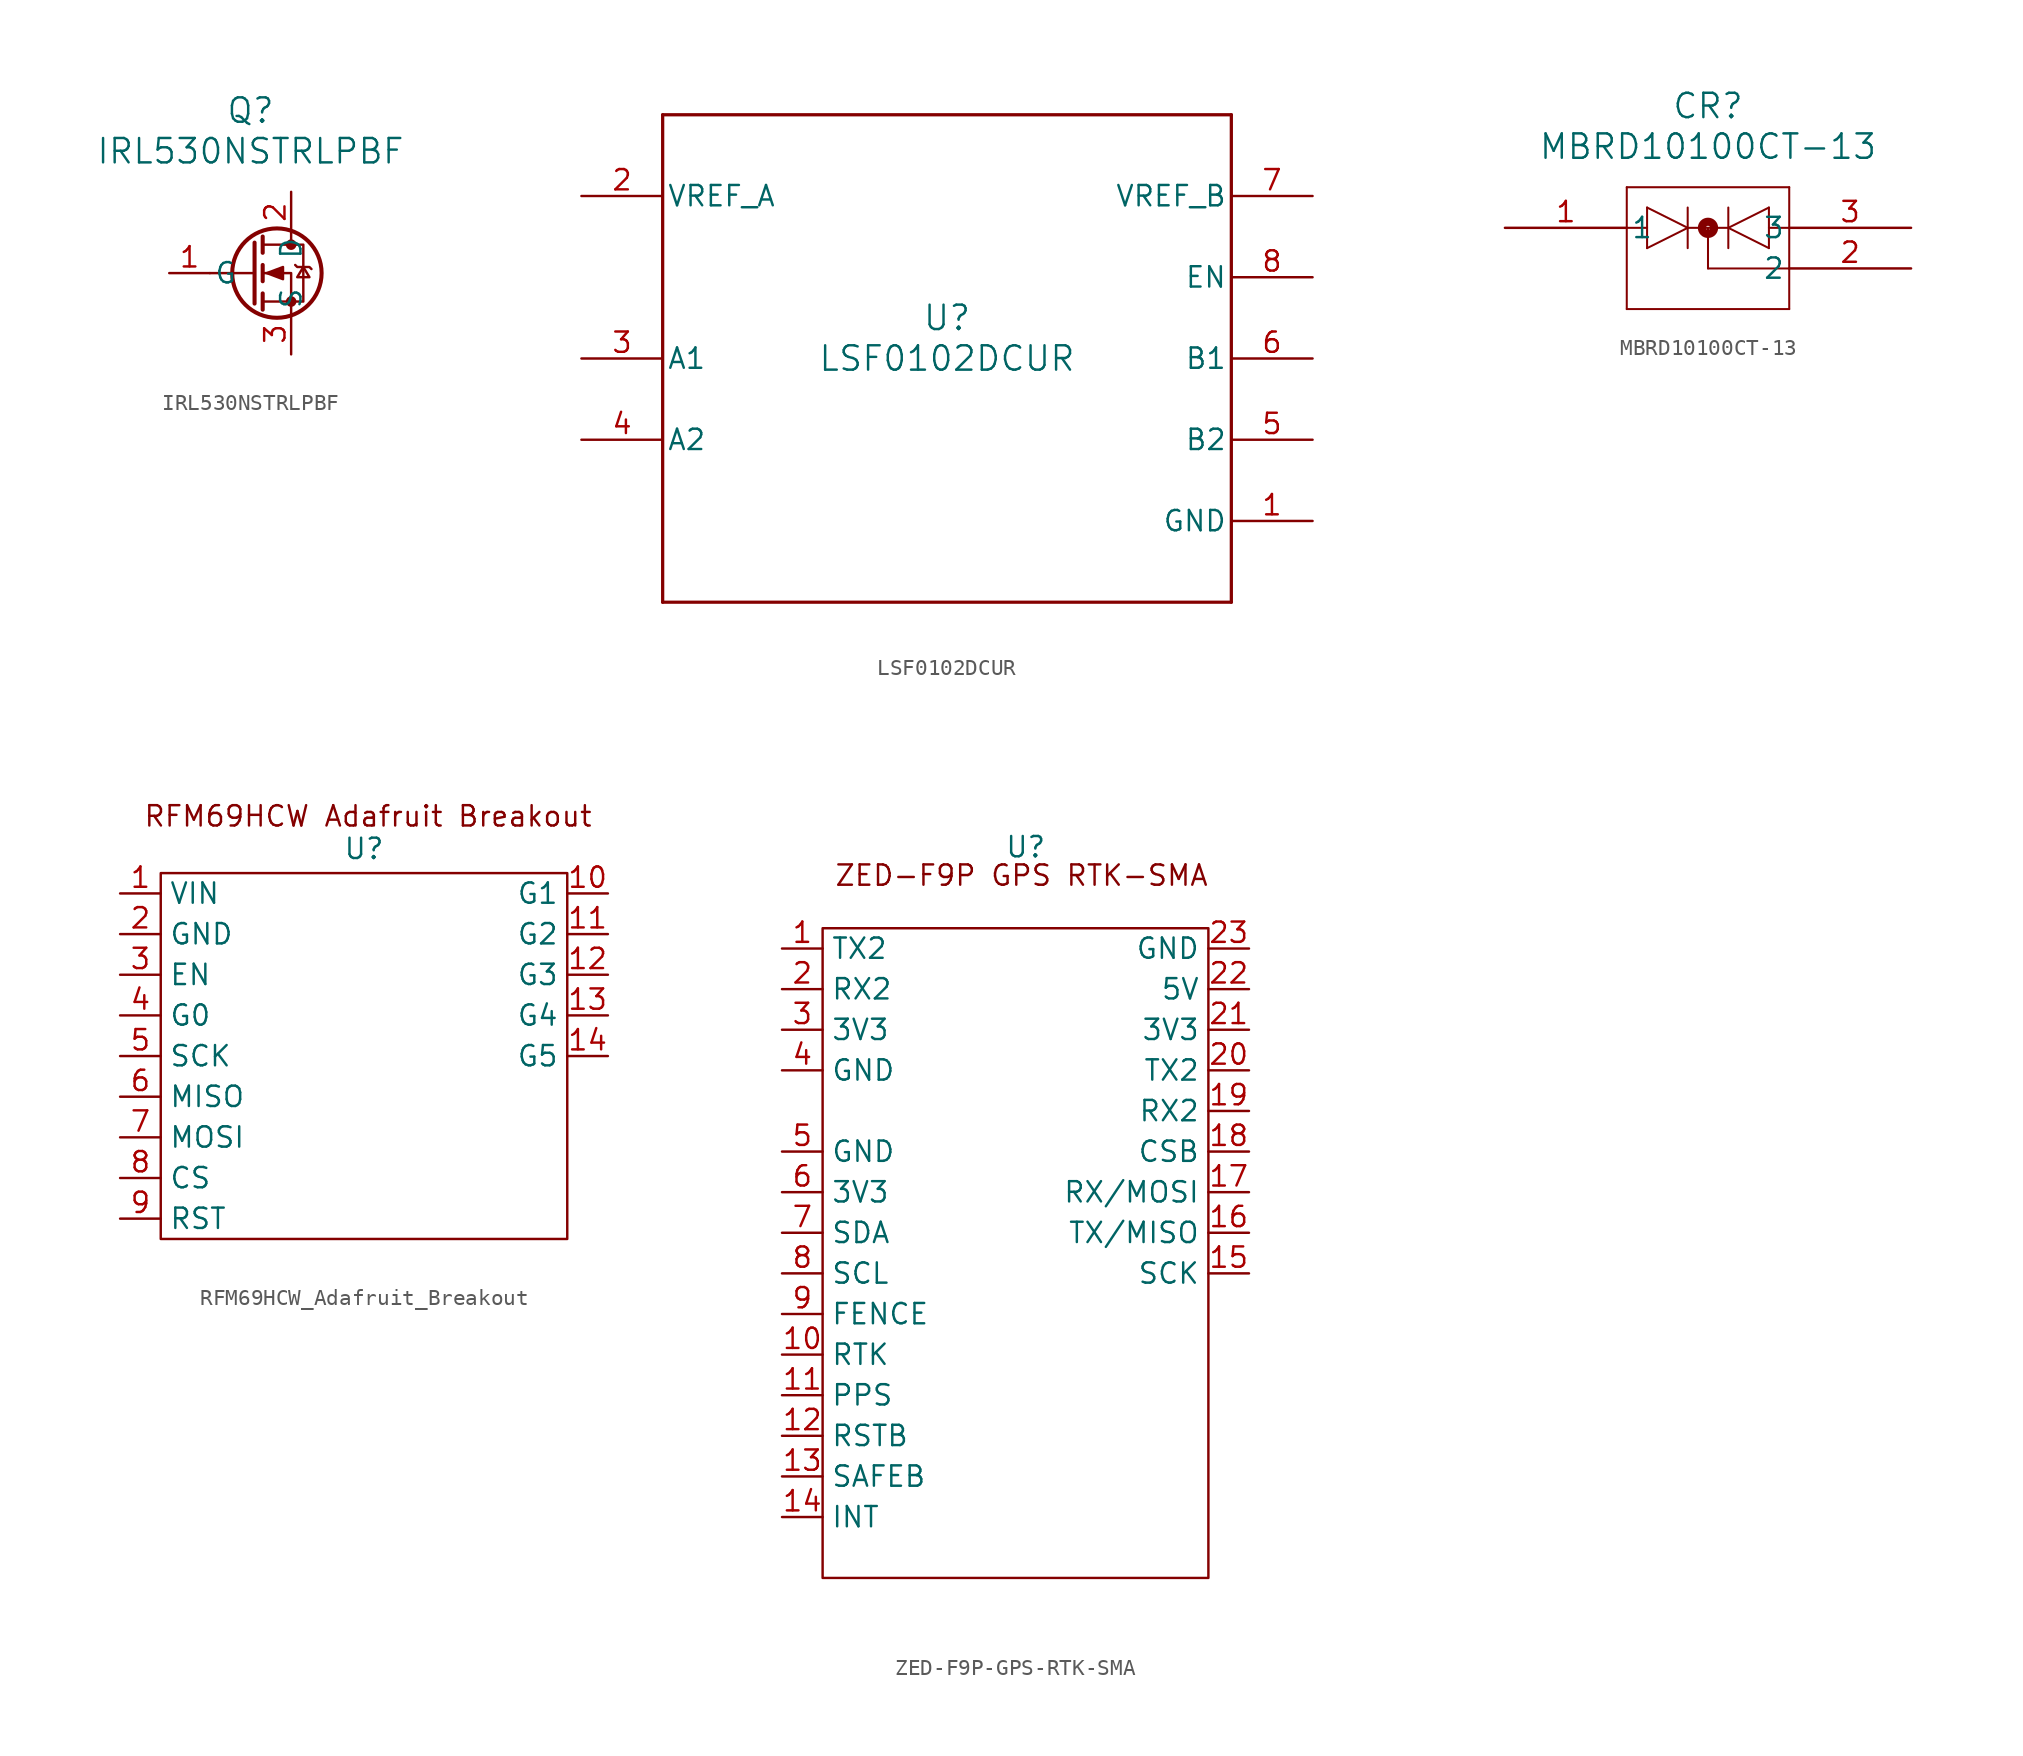
<source format=kicad_sym>
(kicad_symbol_lib
  (version 20231120)
  (generator "kicad_symbol_editor")
  (generator_version "8.0")
  (symbol "IRL530NSTRLPBF"
    (pin_names
      (offset 0.254))
    (property "Reference" "Q"
      (at 20.32 10.16 0)
      (effects (font (size 1.524 1.524))))
    (property "Value" "IRL530NSTRLPBF"
      (at 20.32 7.62 0)
      (effects (font (size 1.524 1.524))))
    (property "ki_locked" ""
      (at 0 0 0)
      (effects (font (size 1.27 1.27))))
    (symbol "IRL530NSTRLPBF_0_1"
      (polyline (pts (xy 20.574 0) (xy 17.78 0)) (stroke (width 0) (type default)) (fill (type none)))
      (polyline (pts (xy 20.574 1.905) (xy 20.574 -1.905)) (stroke (width 0.254) (type default)) (fill (type none)))
      (polyline (pts (xy 21.082 -1.27) (xy 21.082 -2.286)) (stroke (width 0.254) (type default)) (fill (type none)))
      (polyline (pts (xy 21.082 0.508) (xy 21.082 -0.508)) (stroke (width 0.254) (type default)) (fill (type none)))
      (polyline (pts (xy 21.082 2.286) (xy 21.082 1.27)) (stroke (width 0.254) (type default)) (fill (type none)))
      (polyline (pts (xy 22.86 2.54) (xy 22.86 1.778)) (stroke (width 0) (type default)) (fill (type none)))
      (polyline (pts (xy 22.86 -2.54) (xy 22.86 0) (xy 21.082 0)) (stroke (width 0) (type default)) (fill (type none)))
      (polyline (pts (xy 21.082 -1.778) (xy 23.622 -1.778) (xy 23.622 1.778) (xy 21.082 1.778)) (stroke (width 0) (type default)) (fill (type none)))
      (polyline (pts (xy 21.336 0) (xy 22.352 0.381) (xy 22.352 -0.381) (xy 21.336 0)) (stroke (width 0) (type default)) (fill (type outline)))
      (polyline (pts (xy 23.114 0.508) (xy 23.241 0.381) (xy 24.003 0.381) (xy 24.13 0.254)) (stroke (width 0) (type default)) (fill (type none)))
      (polyline (pts (xy 23.622 0.381) (xy 23.241 -0.254) (xy 24.003 -0.254) (xy 23.622 0.381)) (stroke (width 0) (type default)) (fill (type none)))
      (circle (center 21.971 0) (radius 2.794) (stroke (width 0.254) (type default)) (fill (type none)))
      (circle (center 22.86 -1.778) (radius 0.254) (stroke (width 0) (type default)) (fill (type outline)))
      (circle (center 22.86 1.778) (radius 0.254) (stroke (width 0) (type default)) (fill (type outline))))
    (symbol "IRL530NSTRLPBF_1_1"
      (pin input line (at 15.24 0 0) (length 2.54) (name "G" (effects (font (size 1.27 1.27)))) (number "1" (effects (font (size 1.27 1.27)))))
      (pin passive line (at 22.86 5.08 270) (length 2.54) (name "D" (effects (font (size 1.27 1.27)))) (number "2" (effects (font (size 1.27 1.27)))))
      (pin passive line (at 22.86 -5.08 90) (length 2.54) (name "S" (effects (font (size 1.27 1.27)))) (number "3" (effects (font (size 1.27 1.27)))))))
  (symbol "LSF0102DCUR"
    (pin_names
      (offset 0.254))
    (property "Reference" "U"
      (at 0 2.54 0)
      (effects (font (size 1.524 1.524))))
    (property "Value" "LSF0102DCUR"
      (at 0 0 0)
      (effects (font (size 1.524 1.524))))
    (property "ki_locked" ""
      (at 0 0 0)
      (effects (font (size 1.27 1.27))))
    (symbol "LSF0102DCUR_0_1"
      (polyline (pts (xy -17.78 -15.24) (xy 17.78 -15.24)) (stroke (width 0.203) (type default)) (fill (type none)))
      (polyline (pts (xy -17.78 15.24) (xy -17.78 -15.24)) (stroke (width 0.203) (type default)) (fill (type none)))
      (polyline (pts (xy 17.78 -15.24) (xy 17.78 15.24)) (stroke (width 0.203) (type default)) (fill (type none)))
      (polyline (pts (xy 17.78 15.24) (xy -17.78 15.24)) (stroke (width 0.203) (type default)) (fill (type none)))
      (pin power_in line (at 22.86 -10.16 180) (length 5.08) (name "GND" (effects (font (size 1.27 1.27)))) (number "1" (effects (font (size 1.27 1.27)))))
      (pin power_in line (at -22.86 10.16 0) (length 5.08) (name "VREF_A" (effects (font (size 1.27 1.27)))) (number "2" (effects (font (size 1.27 1.27)))))
      (pin bidirectional line (at -22.86 0 0) (length 5.08) (name "A1" (effects (font (size 1.27 1.27)))) (number "3" (effects (font (size 1.27 1.27)))))
      (pin bidirectional line (at -22.86 -5.08 0) (length 5.08) (name "A2" (effects (font (size 1.27 1.27)))) (number "4" (effects (font (size 1.27 1.27)))))
      (pin bidirectional line (at 22.86 -5.08 180) (length 5.08) (name "B2" (effects (font (size 1.27 1.27)))) (number "5" (effects (font (size 1.27 1.27)))))
      (pin bidirectional line (at 22.86 0 180) (length 5.08) (name "B1" (effects (font (size 1.27 1.27)))) (number "6" (effects (font (size 1.27 1.27)))))
      (pin power_in line (at 22.86 10.16 180) (length 5.08) (name "VREF_B" (effects (font (size 1.27 1.27)))) (number "7" (effects (font (size 1.27 1.27)))))
      (pin input line (at 22.86 5.08 180) (length 5.08) (name "EN" (effects (font (size 1.27 1.27)))) (number "8" (effects (font (size 1.27 1.27)))))))
  (symbol "MBRD10100CT-13"
    (pin_names
      (offset 0.254))
    (property "Reference" "CR"
      (at 12.7 7.62 0)
      (effects (font (size 1.524 1.524))))
    (property "Value" "MBRD10100CT-13"
      (at 12.7 5.08 0)
      (effects (font (size 1.524 1.524))))
    (property "ki_locked" ""
      (at 0 0 0)
      (effects (font (size 1.27 1.27))))
    (symbol "MBRD10100CT-13_0_1"
      (polyline (pts (xy 7.62 -5.08) (xy 17.78 -5.08)) (stroke (width 0.127) (type default)) (fill (type none)))
      (polyline (pts (xy 7.62 0) (xy 8.89 0)) (stroke (width 0.127) (type default)) (fill (type none)))
      (polyline (pts (xy 7.62 2.54) (xy 7.62 -5.08)) (stroke (width 0.127) (type default)) (fill (type none)))
      (polyline (pts (xy 8.89 -1.27) (xy 11.43 0)) (stroke (width 0.127) (type default)) (fill (type none)))
      (polyline (pts (xy 8.89 1.27) (xy 8.89 -1.27)) (stroke (width 0.127) (type default)) (fill (type none)))
      (polyline (pts (xy 11.43 0) (xy 8.89 1.27)) (stroke (width 0.127) (type default)) (fill (type none)))
      (polyline (pts (xy 11.43 0) (xy 13.97 0)) (stroke (width 0.127) (type default)) (fill (type none)))
      (polyline (pts (xy 11.43 1.27) (xy 11.43 -1.27)) (stroke (width 0.127) (type default)) (fill (type none)))
      (polyline (pts (xy 12.7 -2.54) (xy 17.78 -2.54)) (stroke (width 0.127) (type default)) (fill (type none)))
      (polyline (pts (xy 12.7 0) (xy 12.7 -2.54)) (stroke (width 0.127) (type default)) (fill (type none)))
      (polyline (pts (xy 13.97 0) (xy 16.51 -1.27)) (stroke (width 0.127) (type default)) (fill (type none)))
      (polyline (pts (xy 13.97 1.27) (xy 13.97 -1.27)) (stroke (width 0.127) (type default)) (fill (type none)))
      (polyline (pts (xy 16.51 -1.27) (xy 16.51 1.27)) (stroke (width 0.127) (type default)) (fill (type none)))
      (polyline (pts (xy 16.51 0) (xy 17.78 0)) (stroke (width 0.127) (type default)) (fill (type none)))
      (polyline (pts (xy 16.51 1.27) (xy 13.97 0)) (stroke (width 0.127) (type default)) (fill (type none)))
      (polyline (pts (xy 17.78 -5.08) (xy 17.78 2.54)) (stroke (width 0.127) (type default)) (fill (type none)))
      (polyline (pts (xy 17.78 2.54) (xy 7.62 2.54)) (stroke (width 0.127) (type default)) (fill (type none)))
      (circle (center 12.7 0) (radius 0.127) (stroke (width 0.508) (type default)) (fill (type none)))
      (pin unspecified line (at 0 0 0) (length 7.62) (name "1" (effects (font (size 1.27 1.27)))) (number "1" (effects (font (size 1.27 1.27)))))
      (pin unspecified line (at 25.4 -2.54 180) (length 7.62) (name "2" (effects (font (size 1.27 1.27)))) (number "2" (effects (font (size 1.27 1.27)))))
      (pin unspecified line (at 25.4 0 180) (length 7.62) (name "3" (effects (font (size 1.27 1.27)))) (number "3" (effects (font (size 1.27 1.27)))))))
  (symbol "RFM69HCW_Adafruit_Breakout"
    (property "Reference" "U"
      (at 0 14.224 0)
      (effects (font (size 1.27 1.27))))
    (property "Value" ""
      (at 0 0 0)
      (effects (font (size 1.27 1.27))))
    (symbol "RFM69HCW_Adafruit_Breakout_0_1"
      (rectangle (start -12.7 12.7) (end 12.7 -10.16) (stroke (width 0) (type default)) (fill (type none))))
    (symbol "RFM69HCW_Adafruit_Breakout_1_1"
      (text "RFM69HCW Adafruit Breakout" (at 0.254 16.256 0) (effects (font (size 1.27 1.27))))
      (pin power_in line (at -15.24 11.43 0) (length 2.54) (name "VIN" (effects (font (size 1.27 1.27)))) (number "1" (effects (font (size 1.27 1.27)))))
      (pin input line (at 15.24 11.43 180) (length 2.54) (name "G1" (effects (font (size 1.27 1.27)))) (number "10" (effects (font (size 1.27 1.27)))))
      (pin input line (at 15.24 8.89 180) (length 2.54) (name "G2" (effects (font (size 1.27 1.27)))) (number "11" (effects (font (size 1.27 1.27)))))
      (pin input line (at 15.24 6.35 180) (length 2.54) (name "G3" (effects (font (size 1.27 1.27)))) (number "12" (effects (font (size 1.27 1.27)))))
      (pin input line (at 15.24 3.81 180) (length 2.54) (name "G4" (effects (font (size 1.27 1.27)))) (number "13" (effects (font (size 1.27 1.27)))))
      (pin input line (at 15.24 1.27 180) (length 2.54) (name "G5" (effects (font (size 1.27 1.27)))) (number "14" (effects (font (size 1.27 1.27)))))
      (pin power_in line (at -15.24 8.89 0) (length 2.54) (name "GND" (effects (font (size 1.27 1.27)))) (number "2" (effects (font (size 1.27 1.27)))))
      (pin input line (at -15.24 6.35 0) (length 2.54) (name "EN" (effects (font (size 1.27 1.27)))) (number "3" (effects (font (size 1.27 1.27)))))
      (pin input line (at -15.24 3.81 0) (length 2.54) (name "G0" (effects (font (size 1.27 1.27)))) (number "4" (effects (font (size 1.27 1.27)))))
      (pin input line (at -15.24 1.27 0) (length 2.54) (name "SCK" (effects (font (size 1.27 1.27)))) (number "5" (effects (font (size 1.27 1.27)))))
      (pin output line (at -15.24 -1.27 0) (length 2.54) (name "MISO" (effects (font (size 1.27 1.27)))) (number "6" (effects (font (size 1.27 1.27)))))
      (pin input line (at -15.24 -3.81 0) (length 2.54) (name "MOSI" (effects (font (size 1.27 1.27)))) (number "7" (effects (font (size 1.27 1.27)))))
      (pin input line (at -15.24 -6.35 0) (length 2.54) (name "CS" (effects (font (size 1.27 1.27)))) (number "8" (effects (font (size 1.27 1.27)))))
      (pin input line (at -15.24 -8.89 0) (length 2.54) (name "RST" (effects (font (size 1.27 1.27)))) (number "9" (effects (font (size 1.27 1.27)))))))
  (symbol "ZED-F9P-GPS-RTK-SMA"
    (property "Reference" "U"
      (at 0 19.05 0)
      (effects (font (size 1.27 1.27))))
    (property "Value" ""
      (at 0 0 0)
      (effects (font (size 1.27 1.27))))
    (symbol "ZED-F9P-GPS-RTK-SMA_0_1"
      (rectangle (start -12.7 13.97) (end 11.43 -26.67) (stroke (width 0) (type default)) (fill (type none))))
    (symbol "ZED-F9P-GPS-RTK-SMA_1_1"
      (text "ZED-F9P GPS RTK-SMA" (at -0.254 17.272 0) (effects (font (size 1.27 1.27))))
      (pin output line (at -15.24 12.7 0) (length 2.54) (name "TX2" (effects (font (size 1.27 1.27)))) (number "1" (effects (font (size 1.27 1.27)))))
      (pin input line (at -15.24 -12.7 0) (length 2.54) (name "RTK" (effects (font (size 1.27 1.27)))) (number "10" (effects (font (size 1.27 1.27)))))
      (pin unspecified line (at -15.24 -15.24 0) (length 2.54) (name "PPS" (effects (font (size 1.27 1.27)))) (number "11" (effects (font (size 1.27 1.27)))))
      (pin input line (at -15.24 -17.78 0) (length 2.54) (name "RSTB" (effects (font (size 1.27 1.27)))) (number "12" (effects (font (size 1.27 1.27)))))
      (pin input line (at -15.24 -20.32 0) (length 2.54) (name "SAFEB" (effects (font (size 1.27 1.27)))) (number "13" (effects (font (size 1.27 1.27)))))
      (pin unspecified line (at -15.24 -22.86 0) (length 2.54) (name "INT" (effects (font (size 1.27 1.27)))) (number "14" (effects (font (size 1.27 1.27)))))
      (pin input line (at 13.97 -7.62 180) (length 2.54) (name "SCK" (effects (font (size 1.27 1.27)))) (number "15" (effects (font (size 1.27 1.27)))))
      (pin output line (at 13.97 -5.08 180) (length 2.54) (name "TX/MISO" (effects (font (size 1.27 1.27)))) (number "16" (effects (font (size 1.27 1.27)))))
      (pin input line (at 13.97 -2.54 180) (length 2.54) (name "RX/MOSI" (effects (font (size 1.27 1.27)))) (number "17" (effects (font (size 1.27 1.27)))))
      (pin input line (at 13.97 0 180) (length 2.54) (name "CSB" (effects (font (size 1.27 1.27)))) (number "18" (effects (font (size 1.27 1.27)))))
      (pin input line (at 13.97 2.54 180) (length 2.54) (name "RX2" (effects (font (size 1.27 1.27)))) (number "19" (effects (font (size 1.27 1.27)))))
      (pin input line (at -15.24 10.16 0) (length 2.54) (name "RX2" (effects (font (size 1.27 1.27)))) (number "2" (effects (font (size 1.27 1.27)))))
      (pin output line (at 13.97 5.08 180) (length 2.54) (name "TX2" (effects (font (size 1.27 1.27)))) (number "20" (effects (font (size 1.27 1.27)))))
      (pin power_in line (at 13.97 7.62 180) (length 2.54) (name "3V3" (effects (font (size 1.27 1.27)))) (number "21" (effects (font (size 1.27 1.27)))))
      (pin power_in line (at 13.97 10.16 180) (length 2.54) (name "5V" (effects (font (size 1.27 1.27)))) (number "22" (effects (font (size 1.27 1.27)))))
      (pin power_in line (at 13.97 12.7 180) (length 2.54) (name "GND" (effects (font (size 1.27 1.27)))) (number "23" (effects (font (size 1.27 1.27)))))
      (pin power_in line (at -15.24 7.62 0) (length 2.54) (name "3V3" (effects (font (size 1.27 1.27)))) (number "3" (effects (font (size 1.27 1.27)))))
      (pin power_in line (at -15.24 5.08 0) (length 2.54) (name "GND" (effects (font (size 1.27 1.27)))) (number "4" (effects (font (size 1.27 1.27)))))
      (pin power_in line (at -15.24 0 0) (length 2.54) (name "GND" (effects (font (size 1.27 1.27)))) (number "5" (effects (font (size 1.27 1.27)))))
      (pin power_in line (at -15.24 -2.54 0) (length 2.54) (name "3V3" (effects (font (size 1.27 1.27)))) (number "6" (effects (font (size 1.27 1.27)))))
      (pin bidirectional line (at -15.24 -5.08 0) (length 2.54) (name "SDA" (effects (font (size 1.27 1.27)))) (number "7" (effects (font (size 1.27 1.27)))))
      (pin bidirectional line (at -15.24 -7.62 0) (length 2.54) (name "SCL" (effects (font (size 1.27 1.27)))) (number "8" (effects (font (size 1.27 1.27)))))
      (pin unspecified line (at -15.24 -10.16 0) (length 2.54) (name "FENCE" (effects (font (size 1.27 1.27)))) (number "9" (effects (font (size 1.27 1.27))))))))
</source>
